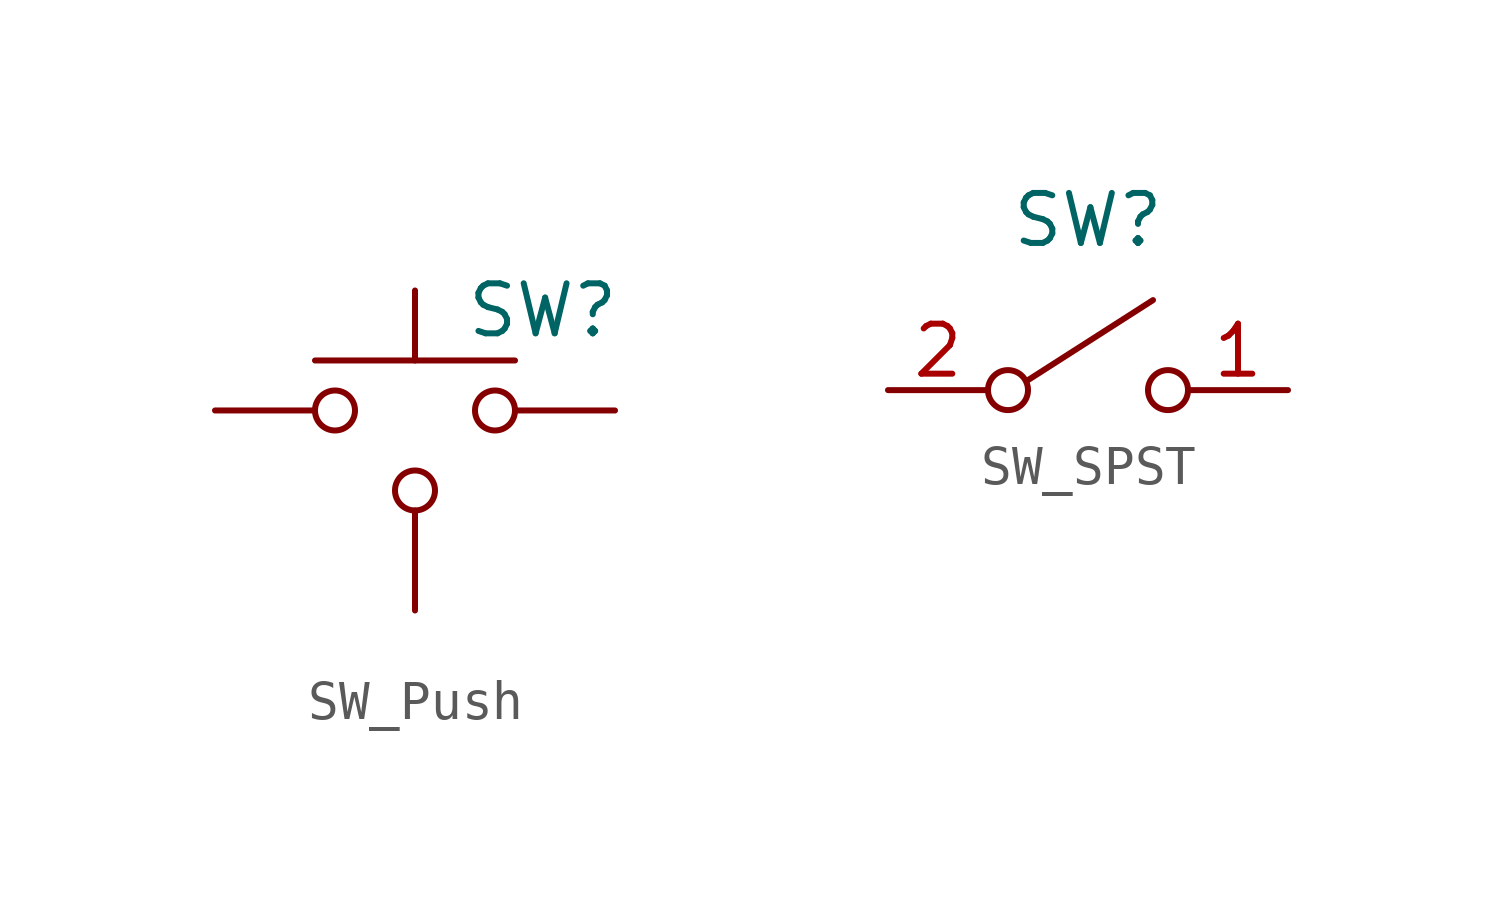
<source format=kicad_sym>
(kicad_symbol_lib
  (version 20231120)
  (generator "kicad_symbol_editor")
  (generator_version "8.0")
  (symbol "SW_Push"
    (pin_numbers hide)
    (pin_names
      (offset 1.016) hide)
    (property "Reference" "SW"
      (at 1.27 2.54 0)
      (effects (font (size 1.27 1.27)) (justify left)))
    (property "Footprint" ""
      (at 0 5.08 0)
      (effects (font (size 1.27 1.27))))
    (property "Datasheet" ""
      (at 0 5.08 0)
      (effects (font (size 1.27 1.27))))
    (symbol "SW_Push_0_1"
      (circle (center -2.032 0) (radius 0.508) (stroke (width 0) (type solid)) (fill (type none)))
      (circle (center 0 -2.032) (radius 0.508) (stroke (width 0) (type solid)) (fill (type none)))
      (polyline (pts (xy 0 1.27) (xy 0 3.048)) (stroke (width 0) (type solid)) (fill (type none)))
      (polyline (pts (xy 2.54 1.27) (xy -2.54 1.27)) (stroke (width 0) (type solid)) (fill (type none)))
      (circle (center 2.032 0) (radius 0.508) (stroke (width 0) (type solid)) (fill (type none)))
      (pin passive line (at -5.08 0 0) (length 2.54) (name "1" (effects (font (size 1.27 1.27)))) (number "1" (effects (font (size 1.27 1.27)))))
      (pin passive line (at 5.08 0 180) (length 2.54) (name "2" (effects (font (size 1.27 1.27)))) (number "2" (effects (font (size 1.27 1.27))))))
    (symbol "SW_Push_1_1"
      (pin passive line (at 0 -5.08 90) (length 2.54) (name "3" (effects (font (size 1.27 1.27)))) (number "3" (effects (font (size 1.27 1.27)))))))
  (symbol "SW_SPST"
    (pin_names
      (offset 0) hide)
    (property "Reference" "SW"
      (at 0 4.318 0)
      (effects (font (size 1.27 1.27))))
    (property "Footprint" ""
      (at 0 0 0)
      (effects (font (size 1.27 1.27))))
    (property "Datasheet" ""
      (at 0 0 0)
      (effects (font (size 1.27 1.27))))
    (symbol "SW_SPST_0_0"
      (circle (center -2.032 0) (radius 0.508) (stroke (width 0) (type solid)) (fill (type none))))
    (symbol "SW_SPST_0_1"
      (polyline (pts (xy -1.524 0.254) (xy 1.651 2.286)) (stroke (width 0) (type solid)) (fill (type none)))
      (circle (center 2.032 0) (radius 0.508) (stroke (width 0) (type solid)) (fill (type none))))
    (symbol "SW_SPST_1_1"
      (pin passive line (at 5.08 0 180) (length 2.54) (name "A" (effects (font (size 1.27 1.27)))) (number "1" (effects (font (size 1.27 1.27)))))
      (pin passive line (at -5.08 0 0) (length 2.54) (name "B" (effects (font (size 1.27 1.27)))) (number "2" (effects (font (size 1.27 1.27))))))))
</source>
